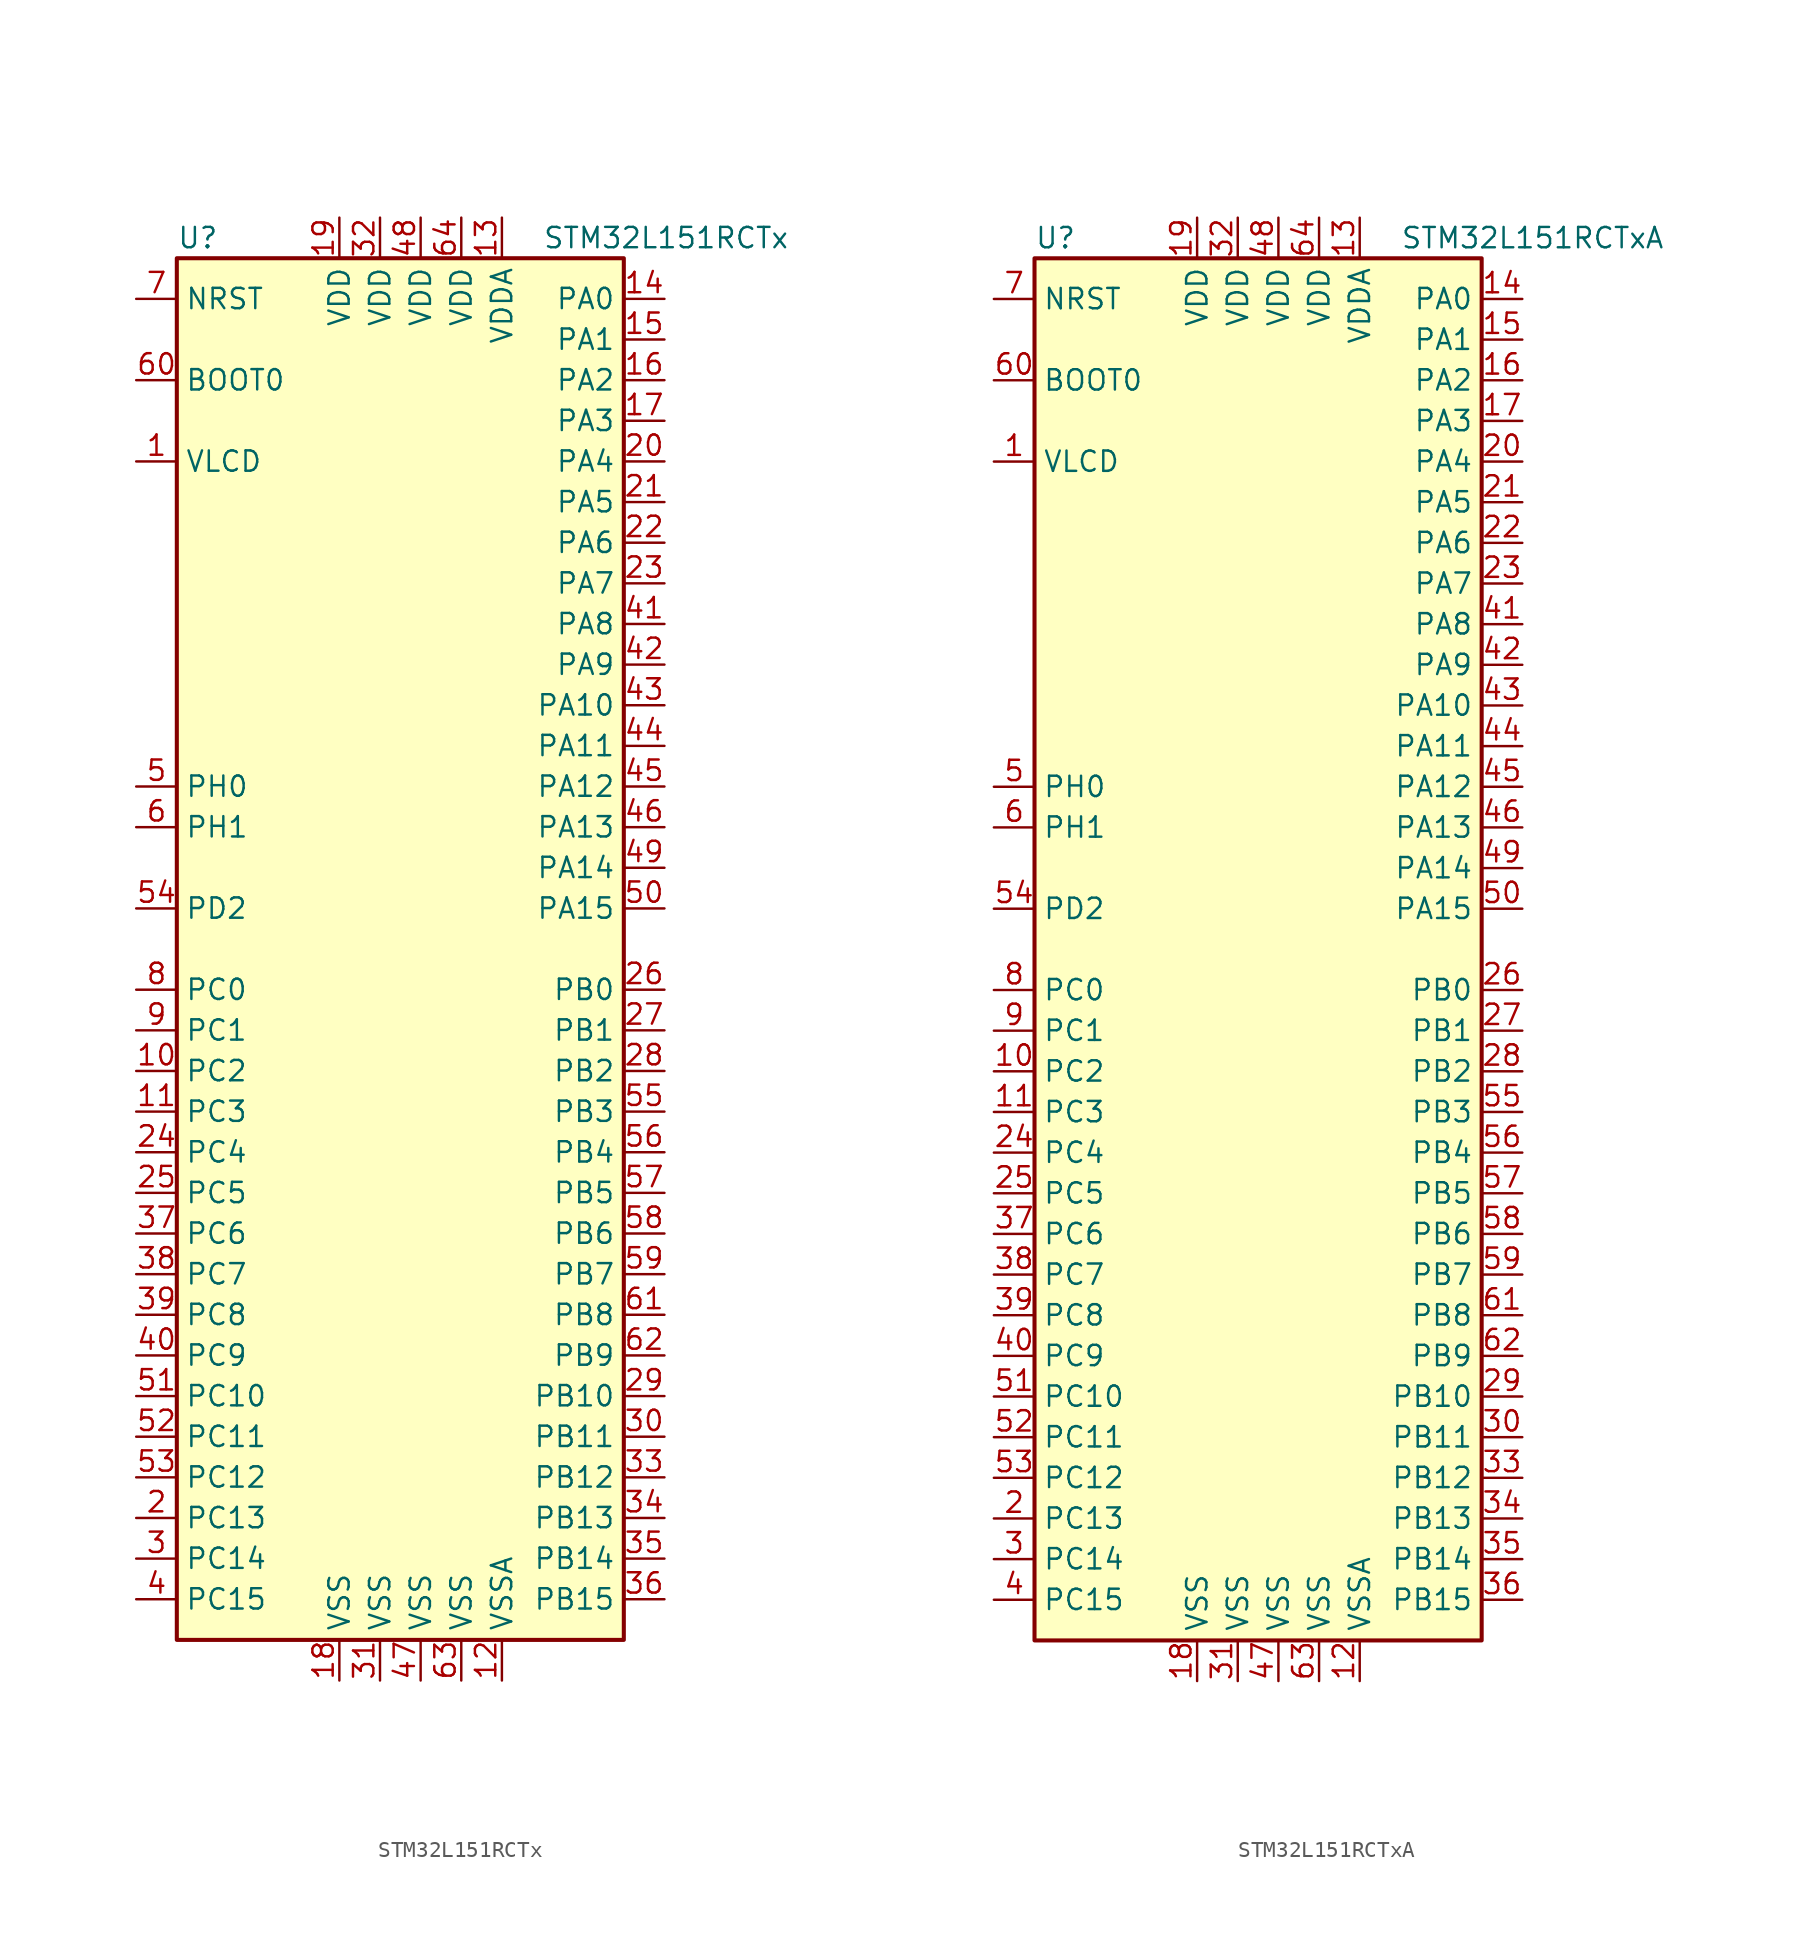
<source format=kicad_sym>
(kicad_symbol_lib
  (version 20201005)
  (generator kicad_symbol_editor)
  (symbol "MCU_ST_STM32L1:STM32L151RCTx"
    (property "Reference" "U"
      (at -15.24 44.45 0)
      (effects (font (size 1.27 1.27)) (justify left)))
    (property "Value" "STM32L151RCTx"
      (at 7.62 44.45 0)
      (effects (font (size 1.27 1.27)) (justify left)))
    (symbol "STM32L151RCTx_0_1"
      (rectangle (start -15.24 -43.18) (end 12.7 43.18) (stroke (width 0.254)) (fill (type background))))
    (symbol "STM32L151RCTx_1_1"
      (pin input line (at -17.78 35.56 0) (length 2.54) (name "BOOT0" (effects (font (size 1.27 1.27)))) (number "60" (effects (font (size 1.27 1.27)))))
      (pin input line (at -17.78 40.64 0) (length 2.54) (name "NRST" (effects (font (size 1.27 1.27)))) (number "7" (effects (font (size 1.27 1.27)))))
      (pin bidirectional line (at 15.24 40.64 180) (length 2.54) (name "PA0" (effects (font (size 1.27 1.27)))) (number "14" (effects (font (size 1.27 1.27)))))
      (pin bidirectional line (at 15.24 38.1 180) (length 2.54) (name "PA1" (effects (font (size 1.27 1.27)))) (number "15" (effects (font (size 1.27 1.27)))))
      (pin bidirectional line (at 15.24 15.24 180) (length 2.54) (name "PA10" (effects (font (size 1.27 1.27)))) (number "43" (effects (font (size 1.27 1.27)))))
      (pin bidirectional line (at 15.24 12.7 180) (length 2.54) (name "PA11" (effects (font (size 1.27 1.27)))) (number "44" (effects (font (size 1.27 1.27)))))
      (pin bidirectional line (at 15.24 10.16 180) (length 2.54) (name "PA12" (effects (font (size 1.27 1.27)))) (number "45" (effects (font (size 1.27 1.27)))))
      (pin bidirectional line (at 15.24 7.62 180) (length 2.54) (name "PA13" (effects (font (size 1.27 1.27)))) (number "46" (effects (font (size 1.27 1.27)))))
      (pin bidirectional line (at 15.24 5.08 180) (length 2.54) (name "PA14" (effects (font (size 1.27 1.27)))) (number "49" (effects (font (size 1.27 1.27)))))
      (pin bidirectional line (at 15.24 2.54 180) (length 2.54) (name "PA15" (effects (font (size 1.27 1.27)))) (number "50" (effects (font (size 1.27 1.27)))))
      (pin bidirectional line (at 15.24 35.56 180) (length 2.54) (name "PA2" (effects (font (size 1.27 1.27)))) (number "16" (effects (font (size 1.27 1.27)))))
      (pin bidirectional line (at 15.24 33.02 180) (length 2.54) (name "PA3" (effects (font (size 1.27 1.27)))) (number "17" (effects (font (size 1.27 1.27)))))
      (pin bidirectional line (at 15.24 30.48 180) (length 2.54) (name "PA4" (effects (font (size 1.27 1.27)))) (number "20" (effects (font (size 1.27 1.27)))))
      (pin bidirectional line (at 15.24 27.94 180) (length 2.54) (name "PA5" (effects (font (size 1.27 1.27)))) (number "21" (effects (font (size 1.27 1.27)))))
      (pin bidirectional line (at 15.24 25.4 180) (length 2.54) (name "PA6" (effects (font (size 1.27 1.27)))) (number "22" (effects (font (size 1.27 1.27)))))
      (pin bidirectional line (at 15.24 22.86 180) (length 2.54) (name "PA7" (effects (font (size 1.27 1.27)))) (number "23" (effects (font (size 1.27 1.27)))))
      (pin bidirectional line (at 15.24 20.32 180) (length 2.54) (name "PA8" (effects (font (size 1.27 1.27)))) (number "41" (effects (font (size 1.27 1.27)))))
      (pin bidirectional line (at 15.24 17.78 180) (length 2.54) (name "PA9" (effects (font (size 1.27 1.27)))) (number "42" (effects (font (size 1.27 1.27)))))
      (pin bidirectional line (at 15.24 -2.54 180) (length 2.54) (name "PB0" (effects (font (size 1.27 1.27)))) (number "26" (effects (font (size 1.27 1.27)))))
      (pin bidirectional line (at 15.24 -5.08 180) (length 2.54) (name "PB1" (effects (font (size 1.27 1.27)))) (number "27" (effects (font (size 1.27 1.27)))))
      (pin bidirectional line (at 15.24 -27.94 180) (length 2.54) (name "PB10" (effects (font (size 1.27 1.27)))) (number "29" (effects (font (size 1.27 1.27)))))
      (pin bidirectional line (at 15.24 -30.48 180) (length 2.54) (name "PB11" (effects (font (size 1.27 1.27)))) (number "30" (effects (font (size 1.27 1.27)))))
      (pin bidirectional line (at 15.24 -33.02 180) (length 2.54) (name "PB12" (effects (font (size 1.27 1.27)))) (number "33" (effects (font (size 1.27 1.27)))))
      (pin bidirectional line (at 15.24 -35.56 180) (length 2.54) (name "PB13" (effects (font (size 1.27 1.27)))) (number "34" (effects (font (size 1.27 1.27)))))
      (pin bidirectional line (at 15.24 -38.1 180) (length 2.54) (name "PB14" (effects (font (size 1.27 1.27)))) (number "35" (effects (font (size 1.27 1.27)))))
      (pin bidirectional line (at 15.24 -40.64 180) (length 2.54) (name "PB15" (effects (font (size 1.27 1.27)))) (number "36" (effects (font (size 1.27 1.27)))))
      (pin bidirectional line (at 15.24 -7.62 180) (length 2.54) (name "PB2" (effects (font (size 1.27 1.27)))) (number "28" (effects (font (size 1.27 1.27)))))
      (pin bidirectional line (at 15.24 -10.16 180) (length 2.54) (name "PB3" (effects (font (size 1.27 1.27)))) (number "55" (effects (font (size 1.27 1.27)))))
      (pin bidirectional line (at 15.24 -12.7 180) (length 2.54) (name "PB4" (effects (font (size 1.27 1.27)))) (number "56" (effects (font (size 1.27 1.27)))))
      (pin bidirectional line (at 15.24 -15.24 180) (length 2.54) (name "PB5" (effects (font (size 1.27 1.27)))) (number "57" (effects (font (size 1.27 1.27)))))
      (pin bidirectional line (at 15.24 -17.78 180) (length 2.54) (name "PB6" (effects (font (size 1.27 1.27)))) (number "58" (effects (font (size 1.27 1.27)))))
      (pin bidirectional line (at 15.24 -20.32 180) (length 2.54) (name "PB7" (effects (font (size 1.27 1.27)))) (number "59" (effects (font (size 1.27 1.27)))))
      (pin bidirectional line (at 15.24 -22.86 180) (length 2.54) (name "PB8" (effects (font (size 1.27 1.27)))) (number "61" (effects (font (size 1.27 1.27)))))
      (pin bidirectional line (at 15.24 -25.4 180) (length 2.54) (name "PB9" (effects (font (size 1.27 1.27)))) (number "62" (effects (font (size 1.27 1.27)))))
      (pin bidirectional line (at -17.78 -2.54 0) (length 2.54) (name "PC0" (effects (font (size 1.27 1.27)))) (number "8" (effects (font (size 1.27 1.27)))))
      (pin bidirectional line (at -17.78 -5.08 0) (length 2.54) (name "PC1" (effects (font (size 1.27 1.27)))) (number "9" (effects (font (size 1.27 1.27)))))
      (pin bidirectional line (at -17.78 -27.94 0) (length 2.54) (name "PC10" (effects (font (size 1.27 1.27)))) (number "51" (effects (font (size 1.27 1.27)))))
      (pin bidirectional line (at -17.78 -30.48 0) (length 2.54) (name "PC11" (effects (font (size 1.27 1.27)))) (number "52" (effects (font (size 1.27 1.27)))))
      (pin bidirectional line (at -17.78 -33.02 0) (length 2.54) (name "PC12" (effects (font (size 1.27 1.27)))) (number "53" (effects (font (size 1.27 1.27)))))
      (pin bidirectional line (at -17.78 -35.56 0) (length 2.54) (name "PC13" (effects (font (size 1.27 1.27)))) (number "2" (effects (font (size 1.27 1.27)))))
      (pin bidirectional line (at -17.78 -38.1 0) (length 2.54) (name "PC14" (effects (font (size 1.27 1.27)))) (number "3" (effects (font (size 1.27 1.27)))))
      (pin bidirectional line (at -17.78 -40.64 0) (length 2.54) (name "PC15" (effects (font (size 1.27 1.27)))) (number "4" (effects (font (size 1.27 1.27)))))
      (pin bidirectional line (at -17.78 -7.62 0) (length 2.54) (name "PC2" (effects (font (size 1.27 1.27)))) (number "10" (effects (font (size 1.27 1.27)))))
      (pin bidirectional line (at -17.78 -10.16 0) (length 2.54) (name "PC3" (effects (font (size 1.27 1.27)))) (number "11" (effects (font (size 1.27 1.27)))))
      (pin bidirectional line (at -17.78 -12.7 0) (length 2.54) (name "PC4" (effects (font (size 1.27 1.27)))) (number "24" (effects (font (size 1.27 1.27)))))
      (pin bidirectional line (at -17.78 -15.24 0) (length 2.54) (name "PC5" (effects (font (size 1.27 1.27)))) (number "25" (effects (font (size 1.27 1.27)))))
      (pin bidirectional line (at -17.78 -17.78 0) (length 2.54) (name "PC6" (effects (font (size 1.27 1.27)))) (number "37" (effects (font (size 1.27 1.27)))))
      (pin bidirectional line (at -17.78 -20.32 0) (length 2.54) (name "PC7" (effects (font (size 1.27 1.27)))) (number "38" (effects (font (size 1.27 1.27)))))
      (pin bidirectional line (at -17.78 -22.86 0) (length 2.54) (name "PC8" (effects (font (size 1.27 1.27)))) (number "39" (effects (font (size 1.27 1.27)))))
      (pin bidirectional line (at -17.78 -25.4 0) (length 2.54) (name "PC9" (effects (font (size 1.27 1.27)))) (number "40" (effects (font (size 1.27 1.27)))))
      (pin bidirectional line (at -17.78 2.54 0) (length 2.54) (name "PD2" (effects (font (size 1.27 1.27)))) (number "54" (effects (font (size 1.27 1.27)))))
      (pin input line (at -17.78 10.16 0) (length 2.54) (name "PH0" (effects (font (size 1.27 1.27)))) (number "5" (effects (font (size 1.27 1.27)))))
      (pin input line (at -17.78 7.62 0) (length 2.54) (name "PH1" (effects (font (size 1.27 1.27)))) (number "6" (effects (font (size 1.27 1.27)))))
      (pin power_in line (at -5.08 45.72 270) (length 2.54) (name "VDD" (effects (font (size 1.27 1.27)))) (number "19" (effects (font (size 1.27 1.27)))))
      (pin power_in line (at -2.54 45.72 270) (length 2.54) (name "VDD" (effects (font (size 1.27 1.27)))) (number "32" (effects (font (size 1.27 1.27)))))
      (pin power_in line (at 0 45.72 270) (length 2.54) (name "VDD" (effects (font (size 1.27 1.27)))) (number "48" (effects (font (size 1.27 1.27)))))
      (pin power_in line (at 2.54 45.72 270) (length 2.54) (name "VDD" (effects (font (size 1.27 1.27)))) (number "64" (effects (font (size 1.27 1.27)))))
      (pin power_in line (at 5.08 45.72 270) (length 2.54) (name "VDDA" (effects (font (size 1.27 1.27)))) (number "13" (effects (font (size 1.27 1.27)))))
      (pin power_in line (at -17.78 30.48 0) (length 2.54) (name "VLCD" (effects (font (size 1.27 1.27)))) (number "1" (effects (font (size 1.27 1.27)))))
      (pin power_in line (at -5.08 -45.72 90) (length 2.54) (name "VSS" (effects (font (size 1.27 1.27)))) (number "18" (effects (font (size 1.27 1.27)))))
      (pin power_in line (at -2.54 -45.72 90) (length 2.54) (name "VSS" (effects (font (size 1.27 1.27)))) (number "31" (effects (font (size 1.27 1.27)))))
      (pin power_in line (at 0 -45.72 90) (length 2.54) (name "VSS" (effects (font (size 1.27 1.27)))) (number "47" (effects (font (size 1.27 1.27)))))
      (pin power_in line (at 2.54 -45.72 90) (length 2.54) (name "VSS" (effects (font (size 1.27 1.27)))) (number "63" (effects (font (size 1.27 1.27)))))
      (pin power_in line (at 5.08 -45.72 90) (length 2.54) (name "VSSA" (effects (font (size 1.27 1.27)))) (number "12" (effects (font (size 1.27 1.27)))))))
  (symbol "MCU_ST_STM32L1:STM32L151RCTxA"
    (property "Reference" "U"
      (at -15.24 44.45 0)
      (effects (font (size 1.27 1.27)) (justify left)))
    (property "Value" "STM32L151RCTxA"
      (at 7.62 44.45 0)
      (effects (font (size 1.27 1.27)) (justify left)))
    (symbol "STM32L151RCTxA_0_1"
      (rectangle (start -15.24 -43.18) (end 12.7 43.18) (stroke (width 0.254)) (fill (type background))))
    (symbol "STM32L151RCTxA_1_1"
      (pin input line (at -17.78 35.56 0) (length 2.54) (name "BOOT0" (effects (font (size 1.27 1.27)))) (number "60" (effects (font (size 1.27 1.27)))))
      (pin input line (at -17.78 40.64 0) (length 2.54) (name "NRST" (effects (font (size 1.27 1.27)))) (number "7" (effects (font (size 1.27 1.27)))))
      (pin bidirectional line (at 15.24 40.64 180) (length 2.54) (name "PA0" (effects (font (size 1.27 1.27)))) (number "14" (effects (font (size 1.27 1.27)))))
      (pin bidirectional line (at 15.24 38.1 180) (length 2.54) (name "PA1" (effects (font (size 1.27 1.27)))) (number "15" (effects (font (size 1.27 1.27)))))
      (pin bidirectional line (at 15.24 15.24 180) (length 2.54) (name "PA10" (effects (font (size 1.27 1.27)))) (number "43" (effects (font (size 1.27 1.27)))))
      (pin bidirectional line (at 15.24 12.7 180) (length 2.54) (name "PA11" (effects (font (size 1.27 1.27)))) (number "44" (effects (font (size 1.27 1.27)))))
      (pin bidirectional line (at 15.24 10.16 180) (length 2.54) (name "PA12" (effects (font (size 1.27 1.27)))) (number "45" (effects (font (size 1.27 1.27)))))
      (pin bidirectional line (at 15.24 7.62 180) (length 2.54) (name "PA13" (effects (font (size 1.27 1.27)))) (number "46" (effects (font (size 1.27 1.27)))))
      (pin bidirectional line (at 15.24 5.08 180) (length 2.54) (name "PA14" (effects (font (size 1.27 1.27)))) (number "49" (effects (font (size 1.27 1.27)))))
      (pin bidirectional line (at 15.24 2.54 180) (length 2.54) (name "PA15" (effects (font (size 1.27 1.27)))) (number "50" (effects (font (size 1.27 1.27)))))
      (pin bidirectional line (at 15.24 35.56 180) (length 2.54) (name "PA2" (effects (font (size 1.27 1.27)))) (number "16" (effects (font (size 1.27 1.27)))))
      (pin bidirectional line (at 15.24 33.02 180) (length 2.54) (name "PA3" (effects (font (size 1.27 1.27)))) (number "17" (effects (font (size 1.27 1.27)))))
      (pin bidirectional line (at 15.24 30.48 180) (length 2.54) (name "PA4" (effects (font (size 1.27 1.27)))) (number "20" (effects (font (size 1.27 1.27)))))
      (pin bidirectional line (at 15.24 27.94 180) (length 2.54) (name "PA5" (effects (font (size 1.27 1.27)))) (number "21" (effects (font (size 1.27 1.27)))))
      (pin bidirectional line (at 15.24 25.4 180) (length 2.54) (name "PA6" (effects (font (size 1.27 1.27)))) (number "22" (effects (font (size 1.27 1.27)))))
      (pin bidirectional line (at 15.24 22.86 180) (length 2.54) (name "PA7" (effects (font (size 1.27 1.27)))) (number "23" (effects (font (size 1.27 1.27)))))
      (pin bidirectional line (at 15.24 20.32 180) (length 2.54) (name "PA8" (effects (font (size 1.27 1.27)))) (number "41" (effects (font (size 1.27 1.27)))))
      (pin bidirectional line (at 15.24 17.78 180) (length 2.54) (name "PA9" (effects (font (size 1.27 1.27)))) (number "42" (effects (font (size 1.27 1.27)))))
      (pin bidirectional line (at 15.24 -2.54 180) (length 2.54) (name "PB0" (effects (font (size 1.27 1.27)))) (number "26" (effects (font (size 1.27 1.27)))))
      (pin bidirectional line (at 15.24 -5.08 180) (length 2.54) (name "PB1" (effects (font (size 1.27 1.27)))) (number "27" (effects (font (size 1.27 1.27)))))
      (pin bidirectional line (at 15.24 -27.94 180) (length 2.54) (name "PB10" (effects (font (size 1.27 1.27)))) (number "29" (effects (font (size 1.27 1.27)))))
      (pin bidirectional line (at 15.24 -30.48 180) (length 2.54) (name "PB11" (effects (font (size 1.27 1.27)))) (number "30" (effects (font (size 1.27 1.27)))))
      (pin bidirectional line (at 15.24 -33.02 180) (length 2.54) (name "PB12" (effects (font (size 1.27 1.27)))) (number "33" (effects (font (size 1.27 1.27)))))
      (pin bidirectional line (at 15.24 -35.56 180) (length 2.54) (name "PB13" (effects (font (size 1.27 1.27)))) (number "34" (effects (font (size 1.27 1.27)))))
      (pin bidirectional line (at 15.24 -38.1 180) (length 2.54) (name "PB14" (effects (font (size 1.27 1.27)))) (number "35" (effects (font (size 1.27 1.27)))))
      (pin bidirectional line (at 15.24 -40.64 180) (length 2.54) (name "PB15" (effects (font (size 1.27 1.27)))) (number "36" (effects (font (size 1.27 1.27)))))
      (pin bidirectional line (at 15.24 -7.62 180) (length 2.54) (name "PB2" (effects (font (size 1.27 1.27)))) (number "28" (effects (font (size 1.27 1.27)))))
      (pin bidirectional line (at 15.24 -10.16 180) (length 2.54) (name "PB3" (effects (font (size 1.27 1.27)))) (number "55" (effects (font (size 1.27 1.27)))))
      (pin bidirectional line (at 15.24 -12.7 180) (length 2.54) (name "PB4" (effects (font (size 1.27 1.27)))) (number "56" (effects (font (size 1.27 1.27)))))
      (pin bidirectional line (at 15.24 -15.24 180) (length 2.54) (name "PB5" (effects (font (size 1.27 1.27)))) (number "57" (effects (font (size 1.27 1.27)))))
      (pin bidirectional line (at 15.24 -17.78 180) (length 2.54) (name "PB6" (effects (font (size 1.27 1.27)))) (number "58" (effects (font (size 1.27 1.27)))))
      (pin bidirectional line (at 15.24 -20.32 180) (length 2.54) (name "PB7" (effects (font (size 1.27 1.27)))) (number "59" (effects (font (size 1.27 1.27)))))
      (pin bidirectional line (at 15.24 -22.86 180) (length 2.54) (name "PB8" (effects (font (size 1.27 1.27)))) (number "61" (effects (font (size 1.27 1.27)))))
      (pin bidirectional line (at 15.24 -25.4 180) (length 2.54) (name "PB9" (effects (font (size 1.27 1.27)))) (number "62" (effects (font (size 1.27 1.27)))))
      (pin bidirectional line (at -17.78 -2.54 0) (length 2.54) (name "PC0" (effects (font (size 1.27 1.27)))) (number "8" (effects (font (size 1.27 1.27)))))
      (pin bidirectional line (at -17.78 -5.08 0) (length 2.54) (name "PC1" (effects (font (size 1.27 1.27)))) (number "9" (effects (font (size 1.27 1.27)))))
      (pin bidirectional line (at -17.78 -27.94 0) (length 2.54) (name "PC10" (effects (font (size 1.27 1.27)))) (number "51" (effects (font (size 1.27 1.27)))))
      (pin bidirectional line (at -17.78 -30.48 0) (length 2.54) (name "PC11" (effects (font (size 1.27 1.27)))) (number "52" (effects (font (size 1.27 1.27)))))
      (pin bidirectional line (at -17.78 -33.02 0) (length 2.54) (name "PC12" (effects (font (size 1.27 1.27)))) (number "53" (effects (font (size 1.27 1.27)))))
      (pin bidirectional line (at -17.78 -35.56 0) (length 2.54) (name "PC13" (effects (font (size 1.27 1.27)))) (number "2" (effects (font (size 1.27 1.27)))))
      (pin bidirectional line (at -17.78 -38.1 0) (length 2.54) (name "PC14" (effects (font (size 1.27 1.27)))) (number "3" (effects (font (size 1.27 1.27)))))
      (pin bidirectional line (at -17.78 -40.64 0) (length 2.54) (name "PC15" (effects (font (size 1.27 1.27)))) (number "4" (effects (font (size 1.27 1.27)))))
      (pin bidirectional line (at -17.78 -7.62 0) (length 2.54) (name "PC2" (effects (font (size 1.27 1.27)))) (number "10" (effects (font (size 1.27 1.27)))))
      (pin bidirectional line (at -17.78 -10.16 0) (length 2.54) (name "PC3" (effects (font (size 1.27 1.27)))) (number "11" (effects (font (size 1.27 1.27)))))
      (pin bidirectional line (at -17.78 -12.7 0) (length 2.54) (name "PC4" (effects (font (size 1.27 1.27)))) (number "24" (effects (font (size 1.27 1.27)))))
      (pin bidirectional line (at -17.78 -15.24 0) (length 2.54) (name "PC5" (effects (font (size 1.27 1.27)))) (number "25" (effects (font (size 1.27 1.27)))))
      (pin bidirectional line (at -17.78 -17.78 0) (length 2.54) (name "PC6" (effects (font (size 1.27 1.27)))) (number "37" (effects (font (size 1.27 1.27)))))
      (pin bidirectional line (at -17.78 -20.32 0) (length 2.54) (name "PC7" (effects (font (size 1.27 1.27)))) (number "38" (effects (font (size 1.27 1.27)))))
      (pin bidirectional line (at -17.78 -22.86 0) (length 2.54) (name "PC8" (effects (font (size 1.27 1.27)))) (number "39" (effects (font (size 1.27 1.27)))))
      (pin bidirectional line (at -17.78 -25.4 0) (length 2.54) (name "PC9" (effects (font (size 1.27 1.27)))) (number "40" (effects (font (size 1.27 1.27)))))
      (pin bidirectional line (at -17.78 2.54 0) (length 2.54) (name "PD2" (effects (font (size 1.27 1.27)))) (number "54" (effects (font (size 1.27 1.27)))))
      (pin input line (at -17.78 10.16 0) (length 2.54) (name "PH0" (effects (font (size 1.27 1.27)))) (number "5" (effects (font (size 1.27 1.27)))))
      (pin input line (at -17.78 7.62 0) (length 2.54) (name "PH1" (effects (font (size 1.27 1.27)))) (number "6" (effects (font (size 1.27 1.27)))))
      (pin power_in line (at -5.08 45.72 270) (length 2.54) (name "VDD" (effects (font (size 1.27 1.27)))) (number "19" (effects (font (size 1.27 1.27)))))
      (pin power_in line (at -2.54 45.72 270) (length 2.54) (name "VDD" (effects (font (size 1.27 1.27)))) (number "32" (effects (font (size 1.27 1.27)))))
      (pin power_in line (at 0 45.72 270) (length 2.54) (name "VDD" (effects (font (size 1.27 1.27)))) (number "48" (effects (font (size 1.27 1.27)))))
      (pin power_in line (at 2.54 45.72 270) (length 2.54) (name "VDD" (effects (font (size 1.27 1.27)))) (number "64" (effects (font (size 1.27 1.27)))))
      (pin power_in line (at 5.08 45.72 270) (length 2.54) (name "VDDA" (effects (font (size 1.27 1.27)))) (number "13" (effects (font (size 1.27 1.27)))))
      (pin power_in line (at -17.78 30.48 0) (length 2.54) (name "VLCD" (effects (font (size 1.27 1.27)))) (number "1" (effects (font (size 1.27 1.27)))))
      (pin power_in line (at -5.08 -45.72 90) (length 2.54) (name "VSS" (effects (font (size 1.27 1.27)))) (number "18" (effects (font (size 1.27 1.27)))))
      (pin power_in line (at -2.54 -45.72 90) (length 2.54) (name "VSS" (effects (font (size 1.27 1.27)))) (number "31" (effects (font (size 1.27 1.27)))))
      (pin power_in line (at 0 -45.72 90) (length 2.54) (name "VSS" (effects (font (size 1.27 1.27)))) (number "47" (effects (font (size 1.27 1.27)))))
      (pin power_in line (at 2.54 -45.72 90) (length 2.54) (name "VSS" (effects (font (size 1.27 1.27)))) (number "63" (effects (font (size 1.27 1.27)))))
      (pin power_in line (at 5.08 -45.72 90) (length 2.54) (name "VSSA" (effects (font (size 1.27 1.27)))) (number "12" (effects (font (size 1.27 1.27))))))))
</source>
